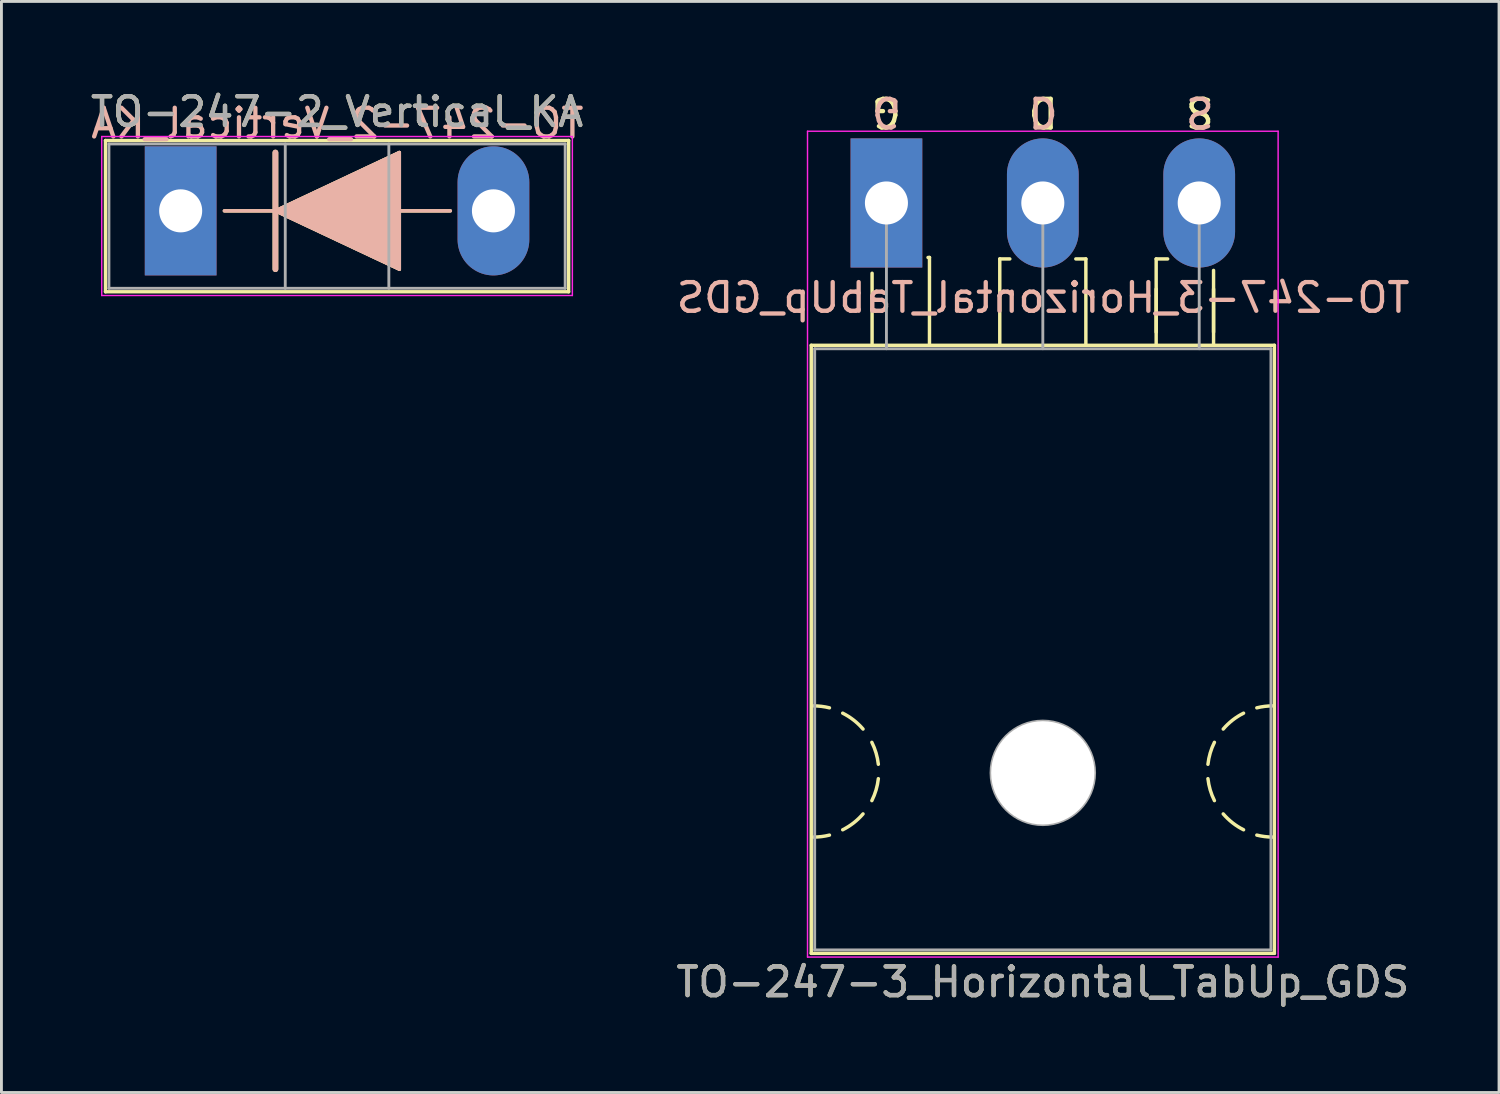
<source format=kicad_pcb>
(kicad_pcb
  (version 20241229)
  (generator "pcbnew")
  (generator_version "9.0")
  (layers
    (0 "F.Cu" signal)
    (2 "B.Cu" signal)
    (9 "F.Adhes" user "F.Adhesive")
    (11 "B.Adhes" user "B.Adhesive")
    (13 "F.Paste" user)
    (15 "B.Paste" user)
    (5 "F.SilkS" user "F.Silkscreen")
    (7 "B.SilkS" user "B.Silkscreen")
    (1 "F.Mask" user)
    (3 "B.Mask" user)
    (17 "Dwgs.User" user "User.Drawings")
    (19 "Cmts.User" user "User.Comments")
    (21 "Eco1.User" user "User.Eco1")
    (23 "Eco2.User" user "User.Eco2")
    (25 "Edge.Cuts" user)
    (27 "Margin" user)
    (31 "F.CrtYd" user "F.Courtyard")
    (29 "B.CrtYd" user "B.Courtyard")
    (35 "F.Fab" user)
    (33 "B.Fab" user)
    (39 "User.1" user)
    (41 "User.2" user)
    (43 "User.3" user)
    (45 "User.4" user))
  (footprint "TO-247-2_Vertical_KA"
    (layer "F.Cu")
    (at 3.246 4.298)
    (property "Reference" "TO-247-2_Vertical_KA" (at 5.45 -3.45 0) (layer "F.SilkS") (effects (font (size 1 1) (thickness 0.15))))
    (fp_line (start -2.62 -2.451) (end -2.62 2.82) (stroke (width 0.12) (type solid)) (layer "F.SilkS"))
    (fp_line (start -2.62 -2.451) (end 13.52 -2.451) (stroke (width 0.12) (type solid)) (layer "F.SilkS"))
    (fp_line (start -2.62 2.82) (end 13.52 2.82) (stroke (width 0.12) (type solid)) (layer "F.SilkS"))
    (fp_line (start 1.524 0) (end 3.302 0) (stroke (width 0.12) (type solid)) (layer "F.SilkS"))
    (fp_line (start 3.302 0) (end 3.302 -2.032) (stroke (width 0.2) (type solid)) (layer "F.SilkS"))
    (fp_line (start 3.302 0) (end 7.62 -2.032) (stroke (width 0.12) (type solid)) (layer "F.SilkS"))
    (fp_line (start 3.302 2.032) (end 3.302 0) (stroke (width 0.2) (type solid)) (layer "F.SilkS"))
    (fp_line (start 7.62 -2.032) (end 7.62 2.032) (stroke (width 0.12) (type solid)) (layer "F.SilkS"))
    (fp_line (start 7.62 0) (end 9.398 0) (stroke (width 0.12) (type solid)) (layer "F.SilkS"))
    (fp_line (start 7.62 2.032) (end 3.302 0) (stroke (width 0.12) (type solid)) (layer "F.SilkS"))
    (fp_line (start 13.52 -2.451) (end 13.52 2.82) (stroke (width 0.12) (type solid)) (layer "F.SilkS"))
    (fp_poly (pts (xy 7.62 2.032) (xy 3.302 0) (xy 7.62 -2.032)) (stroke (width 0.1) (type solid)) (fill yes) (layer "F.SilkS"))
    (fp_line (start 1.524 0) (end 3.302 0) (stroke (width 0.12) (type solid)) (layer "B.SilkS"))
    (fp_line (start 3.302 -2.032) (end 3.302 0) (stroke (width 0.2) (type solid)) (layer "B.SilkS"))
    (fp_line (start 3.302 0) (end 3.302 2.032) (stroke (width 0.2) (type solid)) (layer "B.SilkS"))
    (fp_line (start 3.302 0) (end 7.62 2.032) (stroke (width 0.12) (type solid)) (layer "B.SilkS"))
    (fp_line (start 7.62 -2.032) (end 3.302 0) (stroke (width 0.12) (type solid)) (layer "B.SilkS"))
    (fp_line (start 7.62 0) (end 9.398 0) (stroke (width 0.12) (type solid)) (layer "B.SilkS"))
    (fp_line (start 7.62 2.032) (end 7.62 -2.032) (stroke (width 0.12) (type solid)) (layer "B.SilkS"))
    (fp_poly (pts (xy 7.62 -2.032) (xy 3.302 0) (xy 7.62 2.032)) (stroke (width 0.1) (type solid)) (fill yes) (layer "B.SilkS"))
    (fp_line (start -2.75 -2.59) (end -2.75 2.95) (stroke (width 0.05) (type solid)) (layer "F.CrtYd"))
    (fp_line (start -2.75 2.95) (end 13.65 2.95) (stroke (width 0.05) (type solid)) (layer "F.CrtYd"))
    (fp_line (start 13.65 -2.59) (end -2.75 -2.59) (stroke (width 0.05) (type solid)) (layer "F.CrtYd"))
    (fp_line (start 13.65 2.95) (end 13.65 -2.59) (stroke (width 0.05) (type solid)) (layer "F.CrtYd"))
    (fp_line (start -2.5 -2.33) (end -2.5 2.7) (stroke (width 0.1) (type solid)) (layer "F.Fab"))
    (fp_line (start -2.5 2.7) (end 13.4 2.7) (stroke (width 0.1) (type solid)) (layer "F.Fab"))
    (fp_line (start 3.645 -2.33) (end 3.645 2.7) (stroke (width 0.1) (type solid)) (layer "F.Fab"))
    (fp_line (start 7.255 -2.33) (end 7.255 2.7) (stroke (width 0.1) (type solid)) (layer "F.Fab"))
    (fp_line (start 13.4 -2.33) (end -2.5 -2.33) (stroke (width 0.1) (type solid)) (layer "F.Fab"))
    (fp_line (start 13.4 2.7) (end 13.4 -2.33) (stroke (width 0.1) (type solid)) (layer "F.Fab"))
    (fp_text user "${REFERENCE}" (at 5.461 -3.048 0) (layer "B.SilkS") (effects (font (size 1 1) (thickness 0.15)) (justify mirror)))
    (fp_text user "${REFERENCE}" (at 5.45 -3.45 0) (layer "F.Fab") (effects (font (size 1 1) (thickness 0.15))))
    (pad "1" thru_hole rect (at 0 0) (size 2.5 4.5) (drill 1.5) (layers "*.Cu" "*.Mask"))
    (pad "2" thru_hole oval (at 10.9 0) (size 2.5 4.5) (drill 1.5) (layers "*.Cu" "*.Mask")))
  (footprint "TO-247-3_Horizontal_TabUp_GDS"
    (layer "F.Cu")
    (at 27.841 4.023)
    (property "Reference" "TO-247-3_Horizontal_TabUp_GDS" (at 5.45 27.15 0) (layer "F.SilkS") (effects (font (size 1 1) (thickness 0.15))))
    (fp_line (start -2.62 4.96) (end -2.62 26.15) (stroke (width 0.12) (type solid)) (layer "F.SilkS"))
    (fp_line (start -2.62 4.96) (end 13.52 4.96) (stroke (width 0.12) (type solid)) (layer "F.SilkS"))
    (fp_line (start -2.62 26.15) (end 13.52 26.15) (stroke (width 0.12) (type solid)) (layer "F.SilkS"))
    (fp_line (start -0.5 4.9) (end -0.5 2.45) (stroke (width 0.12) (type solid)) (layer "F.SilkS"))
    (fp_line (start 1.5 1.9) (end 1.45 1.9) (stroke (width 0.12) (type solid)) (layer "F.SilkS"))
    (fp_line (start 1.5 4.9) (end 1.5 1.9) (stroke (width 0.12) (type solid)) (layer "F.SilkS"))
    (fp_line (start 3.95 1.95) (end 4.3 1.95) (stroke (width 0.12) (type solid)) (layer "F.SilkS"))
    (fp_line (start 3.95 4.95) (end 3.95 1.95) (stroke (width 0.12) (type solid)) (layer "F.SilkS"))
    (fp_line (start 6.95 1.95) (end 6.6 1.95) (stroke (width 0.12) (type solid)) (layer "F.SilkS"))
    (fp_line (start 6.95 4.95) (end 6.95 1.95) (stroke (width 0.12) (type solid)) (layer "F.SilkS"))
    (fp_line (start 9.4 1.95) (end 9.8 1.95) (stroke (width 0.12) (type solid)) (layer "F.SilkS"))
    (fp_line (start 9.4 4.5) (end 9.4 3) (stroke (width 0.12) (type solid)) (layer "F.SilkS"))
    (fp_line (start 9.4 4.95) (end 9.4 1.95) (stroke (width 0.12) (type solid)) (layer "F.SilkS"))
    (fp_line (start 11.4 4.5) (end 11.4 3) (stroke (width 0.12) (type solid)) (layer "F.SilkS"))
    (fp_line (start 11.4 4.95) (end 11.4 2.35) (stroke (width 0.12) (type solid)) (layer "F.SilkS"))
    (fp_line (start 13.52 4.96) (end 13.52 26.15) (stroke (width 0.12) (type solid)) (layer "F.SilkS"))
    (fp_arc (start -2.54 17.526) (mid -2.260689 17.543128) (end -1.985564 17.594254) (stroke (width 0.12) (type solid)) (layer "F.SilkS"))
    (fp_arc (start -1.985564 22.029746) (mid -2.260689 22.080872) (end -2.54 22.098) (stroke (width 0.12) (type solid)) (layer "F.SilkS"))
    (fp_arc (start -1.524001 17.780001) (mid -1.14188 18.02132) (end -0.815088 18.333504) (stroke (width 0.12) (type solid)) (layer "F.SilkS"))
    (fp_arc (start -0.815087 21.290497) (mid -1.141879 21.60268) (end -1.524 21.844) (stroke (width 0.12) (type solid)) (layer "F.SilkS"))
    (fp_arc (start -0.508001 18.796001) (mid -0.361178 19.168563) (end -0.282051 19.561117) (stroke (width 0.12) (type solid)) (layer "F.SilkS"))
    (fp_arc (start -0.282051 20.062883) (mid -0.361178 20.455437) (end -0.508001 20.827999) (stroke (width 0.12) (type solid)) (layer "F.SilkS"))
    (fp_arc (start 11.204051 19.561117) (mid 11.283178 19.168563) (end 11.430001 18.796001) (stroke (width 0.12) (type solid)) (layer "F.SilkS"))
    (fp_arc (start 11.430001 20.827999) (mid 11.283178 20.455437) (end 11.204051 20.062883) (stroke (width 0.12) (type solid)) (layer "F.SilkS"))
    (fp_arc (start 11.737087 18.333503) (mid 12.063879 18.02132) (end 12.446 17.78) (stroke (width 0.12) (type solid)) (layer "F.SilkS"))
    (fp_arc (start 12.446001 21.843999) (mid 12.06388 21.60268) (end 11.737088 21.290496) (stroke (width 0.12) (type solid)) (layer "F.SilkS"))
    (fp_arc (start 12.907564 17.594254) (mid 13.182689 17.543128) (end 13.462 17.526) (stroke (width 0.12) (type solid)) (layer "F.SilkS"))
    (fp_arc (start 13.462 22.098) (mid 13.182689 22.080872) (end 12.907564 22.029746) (stroke (width 0.12) (type solid)) (layer "F.SilkS"))
    (fp_line (start -2.75 -2.5) (end -2.75 26.28) (stroke (width 0.05) (type solid)) (layer "F.CrtYd"))
    (fp_line (start -2.75 26.28) (end 13.65 26.28) (stroke (width 0.05) (type solid)) (layer "F.CrtYd"))
    (fp_line (start 13.65 -2.5) (end -2.75 -2.5) (stroke (width 0.05) (type solid)) (layer "F.CrtYd"))
    (fp_line (start 13.65 26.28) (end 13.65 -2.5) (stroke (width 0.05) (type solid)) (layer "F.CrtYd"))
    (fp_line (start -2.5 5.08) (end -2.5 26.03) (stroke (width 0.1) (type solid)) (layer "F.Fab"))
    (fp_line (start -2.5 26.03) (end 13.4 26.03) (stroke (width 0.1) (type solid)) (layer "F.Fab"))
    (fp_line (start 0 5.08) (end 0 0) (stroke (width 0.1) (type solid)) (layer "F.Fab"))
    (fp_line (start 5.45 5.08) (end 5.45 0) (stroke (width 0.1) (type solid)) (layer "F.Fab"))
    (fp_line (start 10.9 5.08) (end 10.9 0) (stroke (width 0.1) (type solid)) (layer "F.Fab"))
    (fp_line (start 13.4 5.08) (end -2.5 5.08) (stroke (width 0.1) (type solid)) (layer "F.Fab"))
    (fp_line (start 13.4 26.03) (end 13.4 5.08) (stroke (width 0.1) (type solid)) (layer "F.Fab"))
    (fp_circle (center 5.45 19.86) (end 7.255 19.86) (stroke (width 0.1) (type solid)) (fill no) (layer "F.Fab"))
    (fp_text user "G" (at 0 -3.175 180) (unlocked yes) (layer "F.SilkS") (effects (font (size 1 1) (thickness 0.15))))
    (fp_text user "S" (at 10.922 -3.175 180) (unlocked yes) (layer "F.SilkS") (effects (font (size 1 1) (thickness 0.15))))
    (fp_text user "D" (at 5.461 -3.175 180) (unlocked yes) (layer "F.SilkS") (effects (font (size 1 1) (thickness 0.15))))
    (fp_text user "D" (at 5.461 -3.175 180) (unlocked yes) (layer "B.SilkS") (effects (font (size 1 1) (thickness 0.15)) (justify mirror)))
    (fp_text user "S" (at 10.922 -3.175 180) (unlocked yes) (layer "B.SilkS") (effects (font (size 1 1) (thickness 0.15)) (justify mirror)))
    (fp_text user "${REFERENCE}" (at 5.461 3.302 0) (layer "B.SilkS") (effects (font (size 1 1) (thickness 0.15)) (justify mirror)))
    (fp_text user "G" (at 0 -3.175 180) (unlocked yes) (layer "B.SilkS") (effects (font (size 1 1) (thickness 0.15)) (justify mirror)))
    (fp_text user "${REFERENCE}" (at 5.45 27.15 0) (layer "F.Fab") (effects (font (size 1 1) (thickness 0.15))))
    (pad "" np_thru_hole oval (at 5.45 19.86) (size 3.6 3.6) (drill 3.6) (layers "*.Cu" "*.Mask"))
    (pad "1" thru_hole rect (at 0 0) (size 2.5 4.5) (drill 1.5) (layers "*.Cu" "*.Mask"))
    (pad "2" thru_hole oval (at 5.45 0) (size 2.5 4.5) (drill 1.5) (layers "*.Cu" "*.Mask"))
    (pad "3" thru_hole oval (at 10.9 0) (size 2.5 4.5) (drill 1.5) (layers "*.Cu" "*.Mask")))
  (gr_rect
    (start -3 -3)
    (end 49.189 35.022)
    (stroke (width 0.1) (type default))
    (fill no)
    (layer "Edge.Cuts")))
</source>
